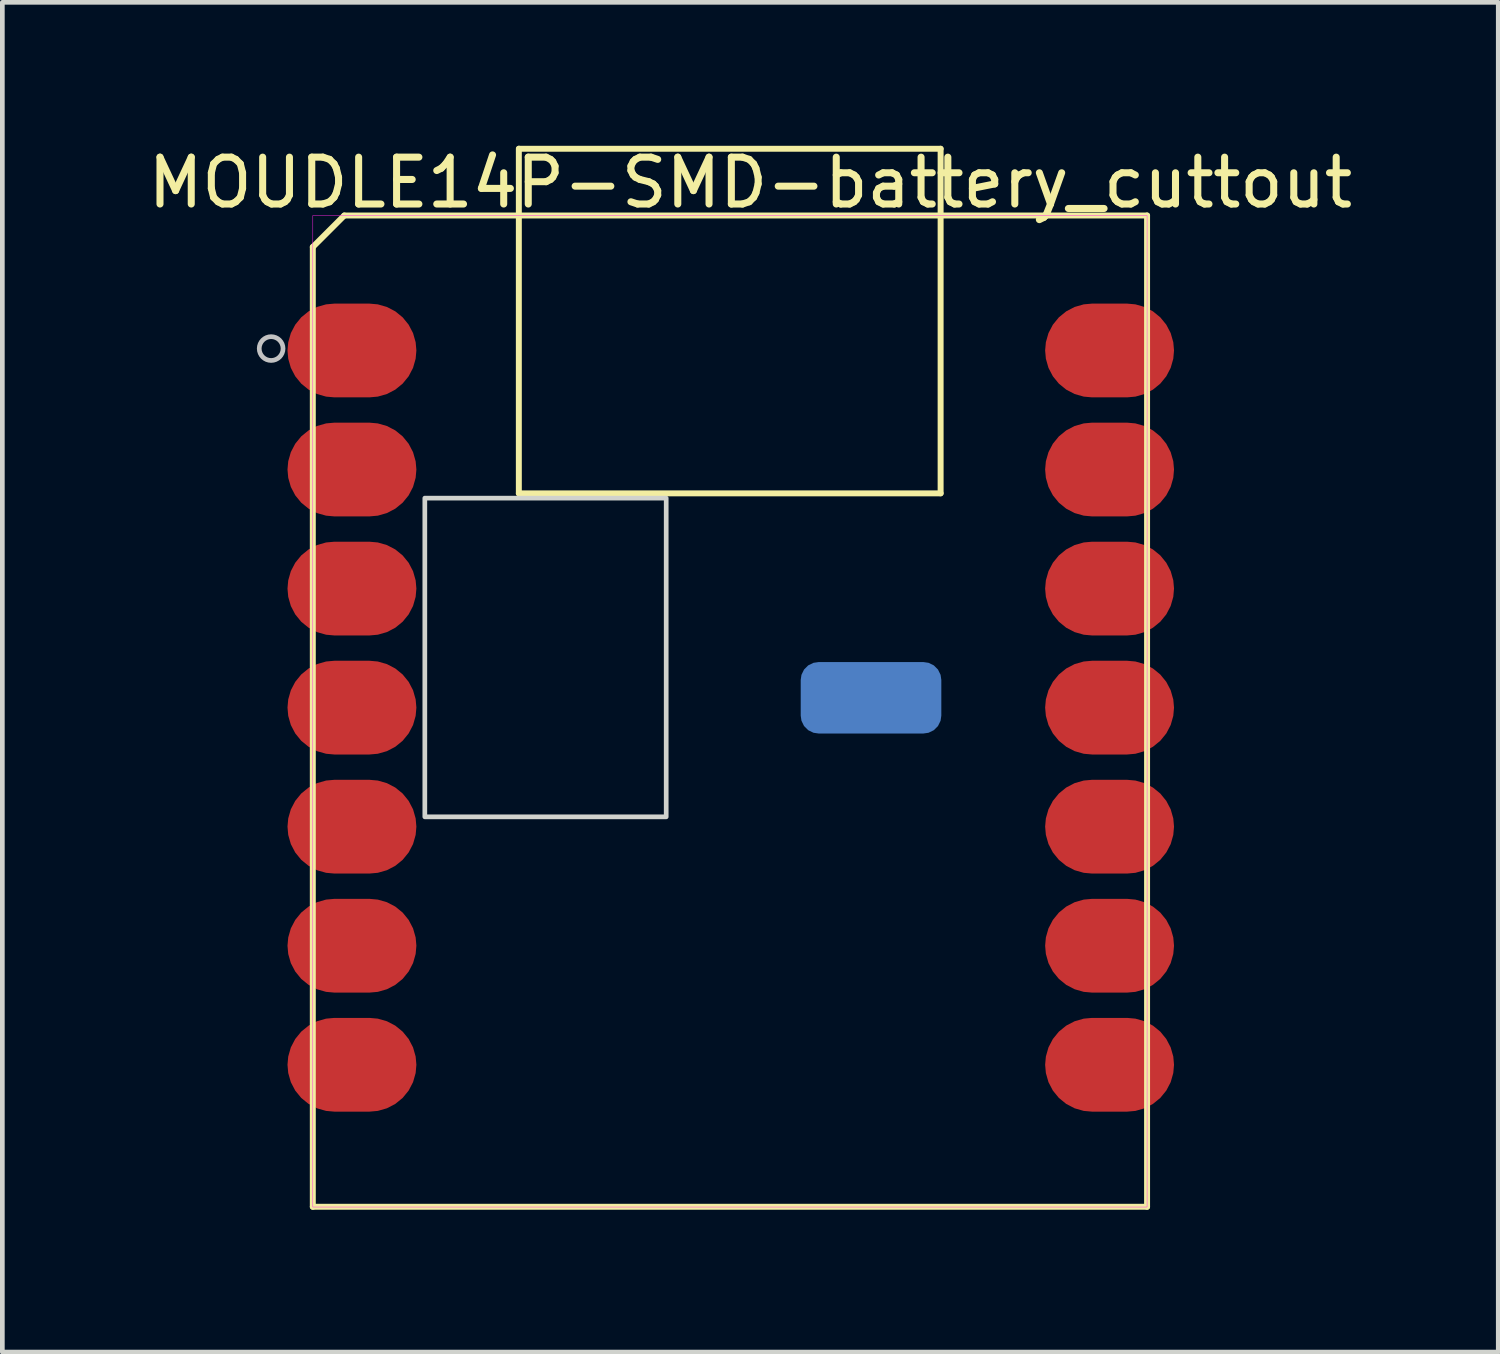
<source format=kicad_pcb>
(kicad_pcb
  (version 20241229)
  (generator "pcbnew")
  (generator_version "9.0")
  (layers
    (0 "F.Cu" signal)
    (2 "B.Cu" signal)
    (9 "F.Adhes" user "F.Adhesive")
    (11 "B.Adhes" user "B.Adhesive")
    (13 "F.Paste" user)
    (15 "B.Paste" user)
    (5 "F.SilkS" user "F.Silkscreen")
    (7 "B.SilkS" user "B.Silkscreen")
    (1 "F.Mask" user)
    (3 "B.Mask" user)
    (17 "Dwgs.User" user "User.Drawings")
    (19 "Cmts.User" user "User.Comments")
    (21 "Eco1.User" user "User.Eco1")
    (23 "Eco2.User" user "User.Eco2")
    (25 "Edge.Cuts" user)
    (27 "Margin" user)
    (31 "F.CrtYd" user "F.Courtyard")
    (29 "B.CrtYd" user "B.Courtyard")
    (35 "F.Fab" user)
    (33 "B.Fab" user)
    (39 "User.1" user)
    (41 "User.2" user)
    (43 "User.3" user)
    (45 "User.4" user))
  (footprint "MOUDLE14P-SMD-battery_cuttout"
    (layer "F.Cu")
    (at 3.624 22.548)
    (property "Reference" "MOUDLE14P-SMD-battery_cuttout" (at 9.335 -21.7 0) (layer "F.SilkS") (effects (font (size 1 1) (thickness 0.15))))
    (attr through_hole)
    (fp_line (start 0 -20.328) (end 0 0.15) (stroke (width 0.127) (type solid)) (layer "F.SilkS"))
    (fp_line (start 0 0.15) (end 17.8 0.15) (stroke (width 0.127) (type solid)) (layer "F.SilkS"))
    (fp_line (start 0.672 -21) (end 0 -20.328) (stroke (width 0.127) (type solid)) (layer "F.SilkS"))
    (fp_line (start 4.396 -15.072) (end 4.396 -22.425) (stroke (width 0.127) (type solid)) (layer "F.SilkS"))
    (fp_line (start 4.4 -22.424) (end 13.395 -22.424) (stroke (width 0.127) (type solid)) (layer "F.SilkS"))
    (fp_line (start 13.395 -22.424) (end 13.395 -15.072) (stroke (width 0.127) (type solid)) (layer "F.SilkS"))
    (fp_line (start 13.395 -15.072) (end 4.396 -15.072) (stroke (width 0.127) (type solid)) (layer "F.SilkS"))
    (fp_line (start 17.8 -21) (end 0.672 -21) (stroke (width 0.127) (type solid)) (layer "F.SilkS"))
    (fp_line (start 17.8 0.15) (end 17.8 -21) (stroke (width 0.127) (type solid)) (layer "F.SilkS"))
    (fp_circle (center -0.889 -18.161) (end -0.635 -18.161) (stroke (width 0.1) (type solid)) (fill no) (layer "Dwgs.User"))
    (fp_rect (start 2.39 -14.97) (end 7.54 -8.17) (stroke (width 0.1) (type solid)) (fill no) (layer "Edge.Cuts"))
    (fp_poly (pts (xy 0 -21) (xy 17.8 -21) (xy 17.8 0.155) (xy 0 0.155)) (stroke (width 0.01) (type solid)) (fill no) (layer "F.CrtYd"))
    (pad "1" smd roundrect (at 0.835 -18.12) (size 2.75 2) (layers "F.Cu" "F.Mask" "F.Paste") (roundrect_rratio 0.5))
    (pad "2" smd roundrect (at 0.835 -15.58) (size 2.75 2) (layers "F.Cu" "F.Mask" "F.Paste") (roundrect_rratio 0.5))
    (pad "3" smd roundrect (at 0.835 -13.04) (size 2.75 2) (layers "F.Cu" "F.Mask" "F.Paste") (roundrect_rratio 0.5))
    (pad "4" smd roundrect (at 0.835 -10.5) (size 2.75 2) (layers "F.Cu" "F.Mask" "F.Paste") (roundrect_rratio 0.5))
    (pad "5" smd roundrect (at 0.835 -7.96) (size 2.75 2) (layers "F.Cu" "F.Mask" "F.Paste") (roundrect_rratio 0.5))
    (pad "6" smd roundrect (at 0.835 -5.42) (size 2.75 2) (layers "F.Cu" "F.Mask" "F.Paste") (roundrect_rratio 0.5))
    (pad "7" smd roundrect (at 0.835 -2.88) (size 2.75 2) (layers "F.Cu" "F.Mask" "F.Paste") (roundrect_rratio 0.5))
    (pad "8" smd roundrect (at 17 -2.88) (size 2.75 2) (layers "F.Cu" "F.Mask" "F.Paste") (roundrect_rratio 0.5))
    (pad "9" smd roundrect (at 17 -5.42) (size 2.75 2) (layers "F.Cu" "F.Mask" "F.Paste") (roundrect_rratio 0.5))
    (pad "10" smd roundrect (at 17 -7.96) (size 2.75 2) (layers "F.Cu" "F.Mask" "F.Paste") (roundrect_rratio 0.5))
    (pad "11" smd roundrect (at 17 -10.5) (size 2.75 2) (layers "F.Cu" "F.Mask" "F.Paste") (roundrect_rratio 0.5))
    (pad "12" smd roundrect (at 17 -13.04) (size 2.75 2) (layers "F.Cu" "F.Mask" "F.Paste") (roundrect_rratio 0.5))
    (pad "13" smd roundrect (at 17 -15.58) (size 2.75 2) (layers "F.Cu" "F.Mask" "F.Paste") (roundrect_rratio 0.5))
    (pad "14" smd roundrect (at 17 -18.12) (size 2.75 2) (layers "F.Cu" "F.Mask" "F.Paste") (roundrect_rratio 0.5))
    (pad "15" smd roundrect (at 11.91 -10.71 90) (size 1.524 3) (layers "B.Cu" "B.Mask") (roundrect_rratio 0.25))
    (zone (net_name "") (layer "F.Cu") (hatch full 0.508) (connect_pads) (min_thickness 0.01) (filled_areas_thickness no) (keepout (tracks not_allowed) (vias not_allowed) (pads not_allowed) (copperpour not_allowed) (footprints allowed)) (placement (enabled no)) (fill) (polygon (pts (xy 6.608 9.012) (xy 9.529 9.012) (xy 9.529 12.917) (xy 6.608 12.917))))
    (zone (net_name "") (layer "F.Cu") (hatch full 0.508) (connect_pads) (min_thickness 0.01) (filled_areas_thickness no) (keepout (tracks not_allowed) (vias not_allowed) (pads not_allowed) (copperpour not_allowed) (footprints allowed)) (placement (enabled no)) (fill) (polygon (pts (xy 7.307 1.466) (xy 9.085 1.466) (xy 9.085 4.133) (xy 7.307 4.133))))
    (zone (net_name "") (layer "F.Cu") (hatch full 0.508) (connect_pads) (min_thickness 0.01) (filled_areas_thickness no) (keepout (tracks not_allowed) (vias not_allowed) (pads not_allowed) (copperpour not_allowed) (footprints allowed)) (placement (enabled no)) (fill) (polygon (pts (xy 7.307 5.53) (xy 9.085 5.53) (xy 9.085 8.197) (xy 7.307 8.197))))
    (zone (net_name "") (layer "F.Cu") (hatch full 0.508) (connect_pads) (min_thickness 0.01) (filled_areas_thickness no) (keepout (tracks not_allowed) (vias not_allowed) (pads not_allowed) (copperpour not_allowed) (footprints allowed)) (placement (enabled no)) (fill) (polygon (pts (xy 9.974 2.228) (xy 15.181 2.228) (xy 15.181 12.386) (xy 9.974 12.386))))
    (zone (net_name "") (layer "F.Cu") (hatch full 0.508) (connect_pads) (min_thickness 0.01) (filled_areas_thickness no) (keepout (tracks not_allowed) (vias not_allowed) (pads not_allowed) (copperpour not_allowed) (footprints allowed)) (placement (enabled no)) (fill) (polygon (pts (xy 11.616 12.388) (xy 15.68 12.388) (xy 15.68 15.998) (xy 11.616 15.998))))
    (zone (net_name "") (layer "F.Cu") (hatch full 0.508) (connect_pads) (min_thickness 0.01) (filled_areas_thickness no) (keepout (tracks not_allowed) (vias not_allowed) (pads not_allowed) (copperpour not_allowed) (footprints allowed)) (placement (enabled no)) (fill) (polygon (pts (xy 15.943 1.466) (xy 17.721 1.466) (xy 17.721 4.133) (xy 15.943 4.133))))
    (zone (net_name "") (layer "F.Cu") (hatch full 0.508) (connect_pads) (min_thickness 0.01) (filled_areas_thickness no) (keepout (tracks not_allowed) (vias not_allowed) (pads not_allowed) (copperpour not_allowed) (footprints allowed)) (placement (enabled no)) (fill) (polygon (pts (xy 15.943 5.53) (xy 17.721 5.53) (xy 17.721 8.197) (xy 15.943 8.197)))))
  (gr_rect
    (start -3 -3)
    (end 28.917 25.798)
    (stroke (width 0.1) (type default))
    (fill no)
    (layer "Edge.Cuts")))
</source>
